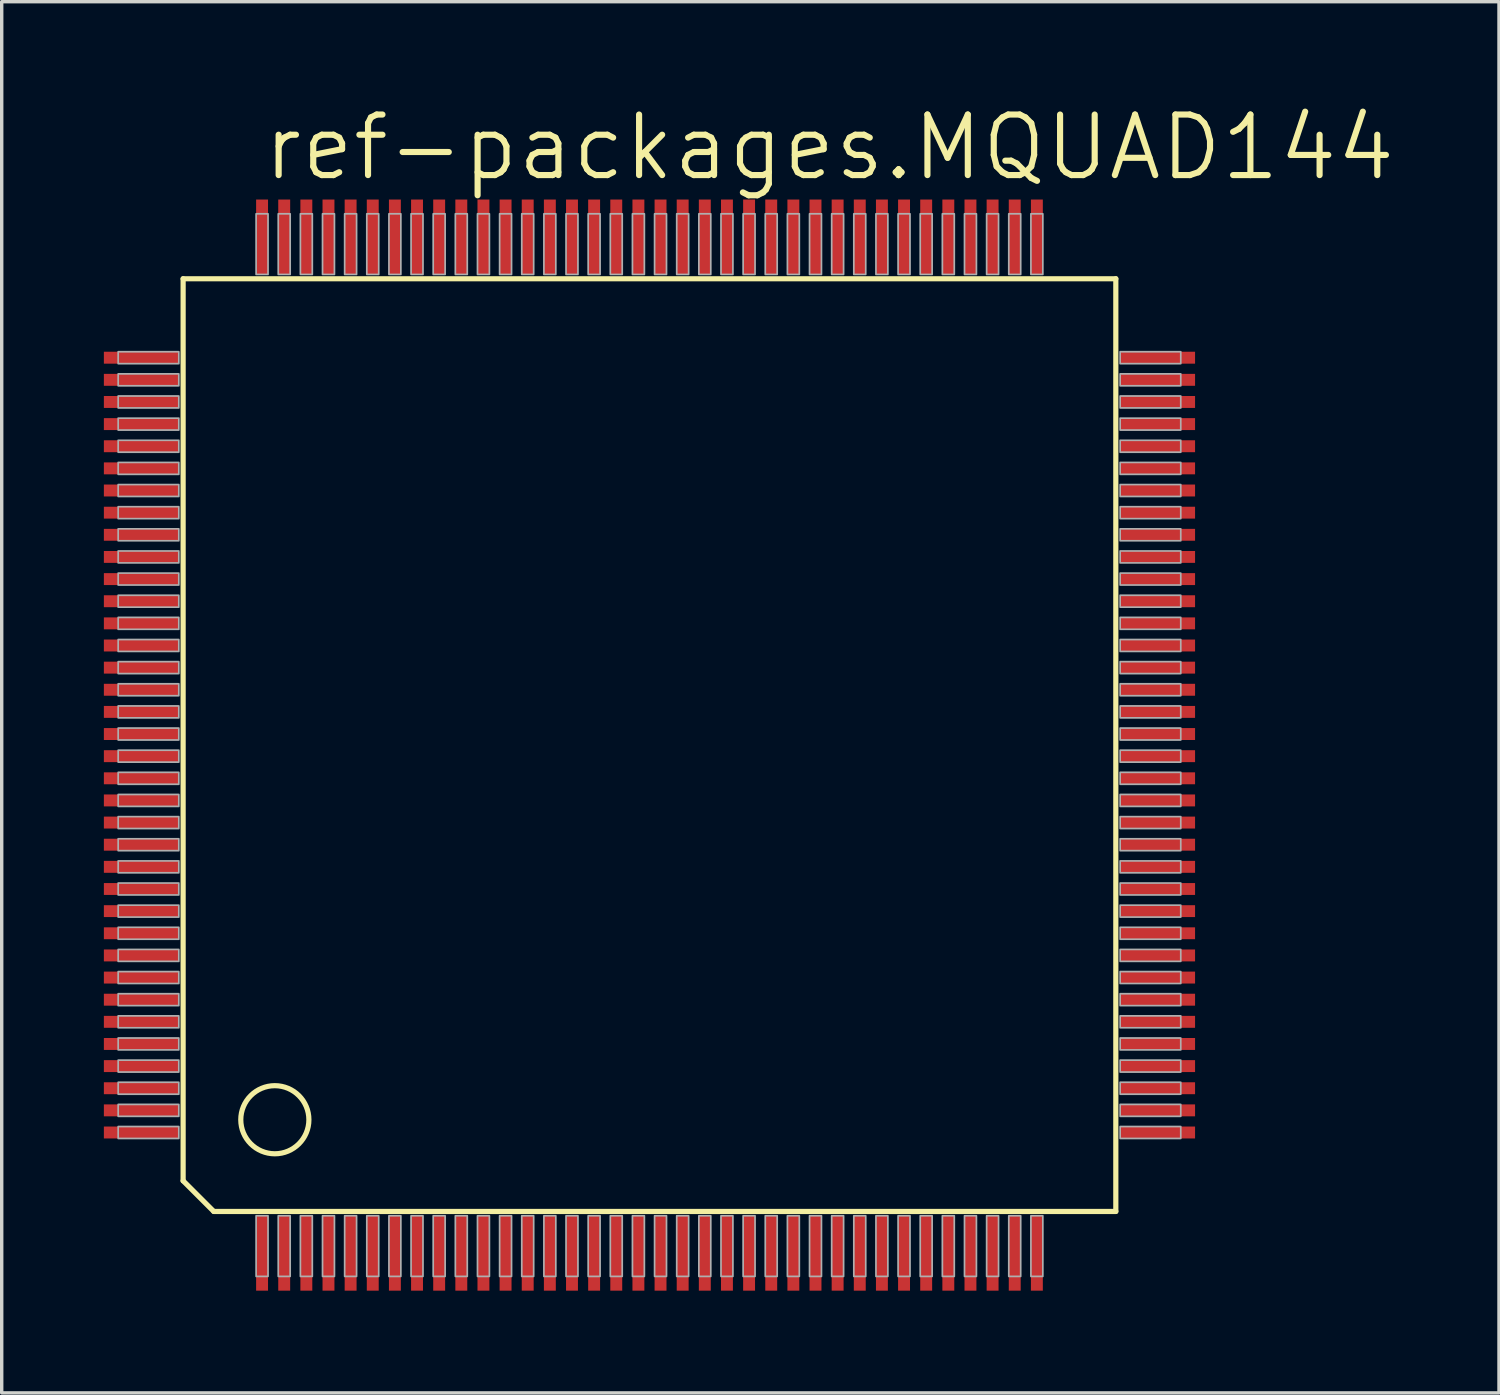
<source format=kicad_pcb>
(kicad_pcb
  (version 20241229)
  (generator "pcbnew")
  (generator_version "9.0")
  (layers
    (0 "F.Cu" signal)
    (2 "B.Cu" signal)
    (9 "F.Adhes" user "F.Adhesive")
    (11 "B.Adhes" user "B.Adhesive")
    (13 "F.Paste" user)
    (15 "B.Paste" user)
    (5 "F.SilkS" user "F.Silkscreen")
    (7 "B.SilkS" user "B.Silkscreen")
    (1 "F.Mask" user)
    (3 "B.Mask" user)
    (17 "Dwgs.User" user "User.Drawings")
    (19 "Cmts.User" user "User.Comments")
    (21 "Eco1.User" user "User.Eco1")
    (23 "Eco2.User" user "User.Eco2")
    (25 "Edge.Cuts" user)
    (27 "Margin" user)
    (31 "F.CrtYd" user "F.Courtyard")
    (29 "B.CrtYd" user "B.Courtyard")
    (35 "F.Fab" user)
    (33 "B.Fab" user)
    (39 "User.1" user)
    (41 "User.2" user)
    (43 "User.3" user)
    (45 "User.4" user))
  (footprint "ref-packages.MQUAD144"
    (layer "F.Cu")
    (at 16.02 18.828)
    (property "Reference" "ref-packages.MQUAD144" (at -11.43 -16.51 0) (layer "F.SilkS") (effects (font (size 1.778 1.778) (thickness 0.18)) (justify left bottom)))
    (attr smd)
    (fp_line (start -13.693 -13.693) (end 13.693 -13.693) (stroke (width 0.152) (type default)) (layer "F.SilkS"))
    (fp_line (start -13.693 12.793) (end -13.693 -13.693) (stroke (width 0.152) (type default)) (layer "F.SilkS"))
    (fp_line (start -12.793 13.693) (end -13.693 12.793) (stroke (width 0.152) (type default)) (layer "F.SilkS"))
    (fp_line (start 13.693 -13.693) (end 13.693 13.693) (stroke (width 0.152) (type default)) (layer "F.SilkS"))
    (fp_line (start 13.693 13.693) (end -12.793 13.693) (stroke (width 0.152) (type default)) (layer "F.SilkS"))
    (fp_circle (center -11 11) (end -10 11) (stroke (width 0.152) (type default)) (fill no) (layer "F.SilkS"))
    (fp_rect (start -15.6 -11.2) (end -13.82 -11.55) (stroke (width 0.05) (type default)) (fill no) (layer "F.Fab"))
    (fp_rect (start -15.6 -10.55) (end -13.82 -10.9) (stroke (width 0.05) (type default)) (fill no) (layer "F.Fab"))
    (fp_rect (start -15.6 -9.9) (end -13.82 -10.25) (stroke (width 0.05) (type default)) (fill no) (layer "F.Fab"))
    (fp_rect (start -15.6 -9.25) (end -13.82 -9.6) (stroke (width 0.05) (type default)) (fill no) (layer "F.Fab"))
    (fp_rect (start -15.6 -8.6) (end -13.82 -8.95) (stroke (width 0.05) (type default)) (fill no) (layer "F.Fab"))
    (fp_rect (start -15.6 -7.95) (end -13.82 -8.3) (stroke (width 0.05) (type default)) (fill no) (layer "F.Fab"))
    (fp_rect (start -15.6 -7.3) (end -13.82 -7.65) (stroke (width 0.05) (type default)) (fill no) (layer "F.Fab"))
    (fp_rect (start -15.6 -6.65) (end -13.82 -7) (stroke (width 0.05) (type default)) (fill no) (layer "F.Fab"))
    (fp_rect (start -15.6 -6) (end -13.82 -6.35) (stroke (width 0.05) (type default)) (fill no) (layer "F.Fab"))
    (fp_rect (start -15.6 -5.35) (end -13.82 -5.7) (stroke (width 0.05) (type default)) (fill no) (layer "F.Fab"))
    (fp_rect (start -15.6 -4.7) (end -13.82 -5.05) (stroke (width 0.05) (type default)) (fill no) (layer "F.Fab"))
    (fp_rect (start -15.6 -4.05) (end -13.82 -4.4) (stroke (width 0.05) (type default)) (fill no) (layer "F.Fab"))
    (fp_rect (start -15.6 -3.4) (end -13.82 -3.75) (stroke (width 0.05) (type default)) (fill no) (layer "F.Fab"))
    (fp_rect (start -15.6 -2.75) (end -13.82 -3.1) (stroke (width 0.05) (type default)) (fill no) (layer "F.Fab"))
    (fp_rect (start -15.6 -2.1) (end -13.82 -2.45) (stroke (width 0.05) (type default)) (fill no) (layer "F.Fab"))
    (fp_rect (start -15.6 -1.45) (end -13.82 -1.8) (stroke (width 0.05) (type default)) (fill no) (layer "F.Fab"))
    (fp_rect (start -15.6 -0.8) (end -13.82 -1.15) (stroke (width 0.05) (type default)) (fill no) (layer "F.Fab"))
    (fp_rect (start -15.6 -0.15) (end -13.82 -0.5) (stroke (width 0.05) (type default)) (fill no) (layer "F.Fab"))
    (fp_rect (start -15.6 0.5) (end -13.82 0.15) (stroke (width 0.05) (type default)) (fill no) (layer "F.Fab"))
    (fp_rect (start -15.6 1.15) (end -13.82 0.8) (stroke (width 0.05) (type default)) (fill no) (layer "F.Fab"))
    (fp_rect (start -15.6 1.8) (end -13.82 1.45) (stroke (width 0.05) (type default)) (fill no) (layer "F.Fab"))
    (fp_rect (start -15.6 2.45) (end -13.82 2.1) (stroke (width 0.05) (type default)) (fill no) (layer "F.Fab"))
    (fp_rect (start -15.6 3.1) (end -13.82 2.75) (stroke (width 0.05) (type default)) (fill no) (layer "F.Fab"))
    (fp_rect (start -15.6 3.75) (end -13.82 3.4) (stroke (width 0.05) (type default)) (fill no) (layer "F.Fab"))
    (fp_rect (start -15.6 4.4) (end -13.82 4.05) (stroke (width 0.05) (type default)) (fill no) (layer "F.Fab"))
    (fp_rect (start -15.6 5.05) (end -13.82 4.7) (stroke (width 0.05) (type default)) (fill no) (layer "F.Fab"))
    (fp_rect (start -15.6 5.7) (end -13.82 5.35) (stroke (width 0.05) (type default)) (fill no) (layer "F.Fab"))
    (fp_rect (start -15.6 6.35) (end -13.82 6) (stroke (width 0.05) (type default)) (fill no) (layer "F.Fab"))
    (fp_rect (start -15.6 7) (end -13.82 6.65) (stroke (width 0.05) (type default)) (fill no) (layer "F.Fab"))
    (fp_rect (start -15.6 7.65) (end -13.82 7.3) (stroke (width 0.05) (type default)) (fill no) (layer "F.Fab"))
    (fp_rect (start -15.6 8.3) (end -13.82 7.95) (stroke (width 0.05) (type default)) (fill no) (layer "F.Fab"))
    (fp_rect (start -15.6 8.95) (end -13.82 8.6) (stroke (width 0.05) (type default)) (fill no) (layer "F.Fab"))
    (fp_rect (start -15.6 9.6) (end -13.82 9.25) (stroke (width 0.05) (type default)) (fill no) (layer "F.Fab"))
    (fp_rect (start -15.6 10.25) (end -13.82 9.9) (stroke (width 0.05) (type default)) (fill no) (layer "F.Fab"))
    (fp_rect (start -15.6 10.9) (end -13.82 10.55) (stroke (width 0.05) (type default)) (fill no) (layer "F.Fab"))
    (fp_rect (start -15.6 11.55) (end -13.82 11.2) (stroke (width 0.05) (type default)) (fill no) (layer "F.Fab"))
    (fp_rect (start -11.55 -13.82) (end -11.2 -15.6) (stroke (width 0.05) (type default)) (fill no) (layer "F.Fab"))
    (fp_rect (start -11.55 15.6) (end -11.2 13.82) (stroke (width 0.05) (type default)) (fill no) (layer "F.Fab"))
    (fp_rect (start -10.9 -13.82) (end -10.55 -15.6) (stroke (width 0.05) (type default)) (fill no) (layer "F.Fab"))
    (fp_rect (start -10.9 15.6) (end -10.55 13.82) (stroke (width 0.05) (type default)) (fill no) (layer "F.Fab"))
    (fp_rect (start -10.25 -13.82) (end -9.9 -15.6) (stroke (width 0.05) (type default)) (fill no) (layer "F.Fab"))
    (fp_rect (start -10.25 15.6) (end -9.9 13.82) (stroke (width 0.05) (type default)) (fill no) (layer "F.Fab"))
    (fp_rect (start -9.6 -13.82) (end -9.25 -15.6) (stroke (width 0.05) (type default)) (fill no) (layer "F.Fab"))
    (fp_rect (start -9.6 15.6) (end -9.25 13.82) (stroke (width 0.05) (type default)) (fill no) (layer "F.Fab"))
    (fp_rect (start -8.95 -13.82) (end -8.6 -15.6) (stroke (width 0.05) (type default)) (fill no) (layer "F.Fab"))
    (fp_rect (start -8.95 15.6) (end -8.6 13.82) (stroke (width 0.05) (type default)) (fill no) (layer "F.Fab"))
    (fp_rect (start -8.3 -13.82) (end -7.95 -15.6) (stroke (width 0.05) (type default)) (fill no) (layer "F.Fab"))
    (fp_rect (start -8.3 15.6) (end -7.95 13.82) (stroke (width 0.05) (type default)) (fill no) (layer "F.Fab"))
    (fp_rect (start -7.65 -13.82) (end -7.3 -15.6) (stroke (width 0.05) (type default)) (fill no) (layer "F.Fab"))
    (fp_rect (start -7.65 15.6) (end -7.3 13.82) (stroke (width 0.05) (type default)) (fill no) (layer "F.Fab"))
    (fp_rect (start -7 -13.82) (end -6.65 -15.6) (stroke (width 0.05) (type default)) (fill no) (layer "F.Fab"))
    (fp_rect (start -7 15.6) (end -6.65 13.82) (stroke (width 0.05) (type default)) (fill no) (layer "F.Fab"))
    (fp_rect (start -6.35 -13.82) (end -6 -15.6) (stroke (width 0.05) (type default)) (fill no) (layer "F.Fab"))
    (fp_rect (start -6.35 15.6) (end -6 13.82) (stroke (width 0.05) (type default)) (fill no) (layer "F.Fab"))
    (fp_rect (start -5.7 -13.82) (end -5.35 -15.6) (stroke (width 0.05) (type default)) (fill no) (layer "F.Fab"))
    (fp_rect (start -5.7 15.6) (end -5.35 13.82) (stroke (width 0.05) (type default)) (fill no) (layer "F.Fab"))
    (fp_rect (start -5.05 -13.82) (end -4.7 -15.6) (stroke (width 0.05) (type default)) (fill no) (layer "F.Fab"))
    (fp_rect (start -5.05 15.6) (end -4.7 13.82) (stroke (width 0.05) (type default)) (fill no) (layer "F.Fab"))
    (fp_rect (start -4.4 -13.82) (end -4.05 -15.6) (stroke (width 0.05) (type default)) (fill no) (layer "F.Fab"))
    (fp_rect (start -4.4 15.6) (end -4.05 13.82) (stroke (width 0.05) (type default)) (fill no) (layer "F.Fab"))
    (fp_rect (start -3.75 -13.82) (end -3.4 -15.6) (stroke (width 0.05) (type default)) (fill no) (layer "F.Fab"))
    (fp_rect (start -3.75 15.6) (end -3.4 13.82) (stroke (width 0.05) (type default)) (fill no) (layer "F.Fab"))
    (fp_rect (start -3.1 -13.82) (end -2.75 -15.6) (stroke (width 0.05) (type default)) (fill no) (layer "F.Fab"))
    (fp_rect (start -3.1 15.6) (end -2.75 13.82) (stroke (width 0.05) (type default)) (fill no) (layer "F.Fab"))
    (fp_rect (start -2.45 -13.82) (end -2.1 -15.6) (stroke (width 0.05) (type default)) (fill no) (layer "F.Fab"))
    (fp_rect (start -2.45 15.6) (end -2.1 13.82) (stroke (width 0.05) (type default)) (fill no) (layer "F.Fab"))
    (fp_rect (start -1.8 -13.82) (end -1.45 -15.6) (stroke (width 0.05) (type default)) (fill no) (layer "F.Fab"))
    (fp_rect (start -1.8 15.6) (end -1.45 13.82) (stroke (width 0.05) (type default)) (fill no) (layer "F.Fab"))
    (fp_rect (start -1.15 -13.82) (end -0.8 -15.6) (stroke (width 0.05) (type default)) (fill no) (layer "F.Fab"))
    (fp_rect (start -1.15 15.6) (end -0.8 13.82) (stroke (width 0.05) (type default)) (fill no) (layer "F.Fab"))
    (fp_rect (start -0.5 -13.82) (end -0.15 -15.6) (stroke (width 0.05) (type default)) (fill no) (layer "F.Fab"))
    (fp_rect (start -0.5 15.6) (end -0.15 13.82) (stroke (width 0.05) (type default)) (fill no) (layer "F.Fab"))
    (fp_rect (start 0.15 -13.82) (end 0.5 -15.6) (stroke (width 0.05) (type default)) (fill no) (layer "F.Fab"))
    (fp_rect (start 0.15 15.6) (end 0.5 13.82) (stroke (width 0.05) (type default)) (fill no) (layer "F.Fab"))
    (fp_rect (start 0.8 -13.82) (end 1.15 -15.6) (stroke (width 0.05) (type default)) (fill no) (layer "F.Fab"))
    (fp_rect (start 0.8 15.6) (end 1.15 13.82) (stroke (width 0.05) (type default)) (fill no) (layer "F.Fab"))
    (fp_rect (start 1.45 -13.82) (end 1.8 -15.6) (stroke (width 0.05) (type default)) (fill no) (layer "F.Fab"))
    (fp_rect (start 1.45 15.6) (end 1.8 13.82) (stroke (width 0.05) (type default)) (fill no) (layer "F.Fab"))
    (fp_rect (start 2.1 -13.82) (end 2.45 -15.6) (stroke (width 0.05) (type default)) (fill no) (layer "F.Fab"))
    (fp_rect (start 2.1 15.6) (end 2.45 13.82) (stroke (width 0.05) (type default)) (fill no) (layer "F.Fab"))
    (fp_rect (start 2.75 -13.82) (end 3.1 -15.6) (stroke (width 0.05) (type default)) (fill no) (layer "F.Fab"))
    (fp_rect (start 2.75 15.6) (end 3.1 13.82) (stroke (width 0.05) (type default)) (fill no) (layer "F.Fab"))
    (fp_rect (start 3.4 -13.82) (end 3.75 -15.6) (stroke (width 0.05) (type default)) (fill no) (layer "F.Fab"))
    (fp_rect (start 3.4 15.6) (end 3.75 13.82) (stroke (width 0.05) (type default)) (fill no) (layer "F.Fab"))
    (fp_rect (start 4.05 -13.82) (end 4.4 -15.6) (stroke (width 0.05) (type default)) (fill no) (layer "F.Fab"))
    (fp_rect (start 4.05 15.6) (end 4.4 13.82) (stroke (width 0.05) (type default)) (fill no) (layer "F.Fab"))
    (fp_rect (start 4.7 -13.82) (end 5.05 -15.6) (stroke (width 0.05) (type default)) (fill no) (layer "F.Fab"))
    (fp_rect (start 4.7 15.6) (end 5.05 13.82) (stroke (width 0.05) (type default)) (fill no) (layer "F.Fab"))
    (fp_rect (start 5.35 -13.82) (end 5.7 -15.6) (stroke (width 0.05) (type default)) (fill no) (layer "F.Fab"))
    (fp_rect (start 5.35 15.6) (end 5.7 13.82) (stroke (width 0.05) (type default)) (fill no) (layer "F.Fab"))
    (fp_rect (start 6 -13.82) (end 6.35 -15.6) (stroke (width 0.05) (type default)) (fill no) (layer "F.Fab"))
    (fp_rect (start 6 15.6) (end 6.35 13.82) (stroke (width 0.05) (type default)) (fill no) (layer "F.Fab"))
    (fp_rect (start 6.65 -13.82) (end 7 -15.6) (stroke (width 0.05) (type default)) (fill no) (layer "F.Fab"))
    (fp_rect (start 6.65 15.6) (end 7 13.82) (stroke (width 0.05) (type default)) (fill no) (layer "F.Fab"))
    (fp_rect (start 7.3 -13.82) (end 7.65 -15.6) (stroke (width 0.05) (type default)) (fill no) (layer "F.Fab"))
    (fp_rect (start 7.3 15.6) (end 7.65 13.82) (stroke (width 0.05) (type default)) (fill no) (layer "F.Fab"))
    (fp_rect (start 7.95 -13.82) (end 8.3 -15.6) (stroke (width 0.05) (type default)) (fill no) (layer "F.Fab"))
    (fp_rect (start 7.95 15.6) (end 8.3 13.82) (stroke (width 0.05) (type default)) (fill no) (layer "F.Fab"))
    (fp_rect (start 8.6 -13.82) (end 8.95 -15.6) (stroke (width 0.05) (type default)) (fill no) (layer "F.Fab"))
    (fp_rect (start 8.6 15.6) (end 8.95 13.82) (stroke (width 0.05) (type default)) (fill no) (layer "F.Fab"))
    (fp_rect (start 9.25 -13.82) (end 9.6 -15.6) (stroke (width 0.05) (type default)) (fill no) (layer "F.Fab"))
    (fp_rect (start 9.25 15.6) (end 9.6 13.82) (stroke (width 0.05) (type default)) (fill no) (layer "F.Fab"))
    (fp_rect (start 9.9 -13.82) (end 10.25 -15.6) (stroke (width 0.05) (type default)) (fill no) (layer "F.Fab"))
    (fp_rect (start 9.9 15.6) (end 10.25 13.82) (stroke (width 0.05) (type default)) (fill no) (layer "F.Fab"))
    (fp_rect (start 10.55 -13.82) (end 10.9 -15.6) (stroke (width 0.05) (type default)) (fill no) (layer "F.Fab"))
    (fp_rect (start 10.55 15.6) (end 10.9 13.82) (stroke (width 0.05) (type default)) (fill no) (layer "F.Fab"))
    (fp_rect (start 11.2 -13.82) (end 11.55 -15.6) (stroke (width 0.05) (type default)) (fill no) (layer "F.Fab"))
    (fp_rect (start 11.2 15.6) (end 11.55 13.82) (stroke (width 0.05) (type default)) (fill no) (layer "F.Fab"))
    (fp_rect (start 13.82 -11.2) (end 15.6 -11.55) (stroke (width 0.05) (type default)) (fill no) (layer "F.Fab"))
    (fp_rect (start 13.82 -10.55) (end 15.6 -10.9) (stroke (width 0.05) (type default)) (fill no) (layer "F.Fab"))
    (fp_rect (start 13.82 -9.9) (end 15.6 -10.25) (stroke (width 0.05) (type default)) (fill no) (layer "F.Fab"))
    (fp_rect (start 13.82 -9.25) (end 15.6 -9.6) (stroke (width 0.05) (type default)) (fill no) (layer "F.Fab"))
    (fp_rect (start 13.82 -8.6) (end 15.6 -8.95) (stroke (width 0.05) (type default)) (fill no) (layer "F.Fab"))
    (fp_rect (start 13.82 -7.95) (end 15.6 -8.3) (stroke (width 0.05) (type default)) (fill no) (layer "F.Fab"))
    (fp_rect (start 13.82 -7.3) (end 15.6 -7.65) (stroke (width 0.05) (type default)) (fill no) (layer "F.Fab"))
    (fp_rect (start 13.82 -6.65) (end 15.6 -7) (stroke (width 0.05) (type default)) (fill no) (layer "F.Fab"))
    (fp_rect (start 13.82 -6) (end 15.6 -6.35) (stroke (width 0.05) (type default)) (fill no) (layer "F.Fab"))
    (fp_rect (start 13.82 -5.35) (end 15.6 -5.7) (stroke (width 0.05) (type default)) (fill no) (layer "F.Fab"))
    (fp_rect (start 13.82 -4.7) (end 15.6 -5.05) (stroke (width 0.05) (type default)) (fill no) (layer "F.Fab"))
    (fp_rect (start 13.82 -4.05) (end 15.6 -4.4) (stroke (width 0.05) (type default)) (fill no) (layer "F.Fab"))
    (fp_rect (start 13.82 -3.4) (end 15.6 -3.75) (stroke (width 0.05) (type default)) (fill no) (layer "F.Fab"))
    (fp_rect (start 13.82 -2.75) (end 15.6 -3.1) (stroke (width 0.05) (type default)) (fill no) (layer "F.Fab"))
    (fp_rect (start 13.82 -2.1) (end 15.6 -2.45) (stroke (width 0.05) (type default)) (fill no) (layer "F.Fab"))
    (fp_rect (start 13.82 -1.45) (end 15.6 -1.8) (stroke (width 0.05) (type default)) (fill no) (layer "F.Fab"))
    (fp_rect (start 13.82 -0.8) (end 15.6 -1.15) (stroke (width 0.05) (type default)) (fill no) (layer "F.Fab"))
    (fp_rect (start 13.82 -0.15) (end 15.6 -0.5) (stroke (width 0.05) (type default)) (fill no) (layer "F.Fab"))
    (fp_rect (start 13.82 0.5) (end 15.6 0.15) (stroke (width 0.05) (type default)) (fill no) (layer "F.Fab"))
    (fp_rect (start 13.82 1.15) (end 15.6 0.8) (stroke (width 0.05) (type default)) (fill no) (layer "F.Fab"))
    (fp_rect (start 13.82 1.8) (end 15.6 1.45) (stroke (width 0.05) (type default)) (fill no) (layer "F.Fab"))
    (fp_rect (start 13.82 2.45) (end 15.6 2.1) (stroke (width 0.05) (type default)) (fill no) (layer "F.Fab"))
    (fp_rect (start 13.82 3.1) (end 15.6 2.75) (stroke (width 0.05) (type default)) (fill no) (layer "F.Fab"))
    (fp_rect (start 13.82 3.75) (end 15.6 3.4) (stroke (width 0.05) (type default)) (fill no) (layer "F.Fab"))
    (fp_rect (start 13.82 4.4) (end 15.6 4.05) (stroke (width 0.05) (type default)) (fill no) (layer "F.Fab"))
    (fp_rect (start 13.82 5.05) (end 15.6 4.7) (stroke (width 0.05) (type default)) (fill no) (layer "F.Fab"))
    (fp_rect (start 13.82 5.7) (end 15.6 5.35) (stroke (width 0.05) (type default)) (fill no) (layer "F.Fab"))
    (fp_rect (start 13.82 6.35) (end 15.6 6) (stroke (width 0.05) (type default)) (fill no) (layer "F.Fab"))
    (fp_rect (start 13.82 7) (end 15.6 6.65) (stroke (width 0.05) (type default)) (fill no) (layer "F.Fab"))
    (fp_rect (start 13.82 7.65) (end 15.6 7.3) (stroke (width 0.05) (type default)) (fill no) (layer "F.Fab"))
    (fp_rect (start 13.82 8.3) (end 15.6 7.95) (stroke (width 0.05) (type default)) (fill no) (layer "F.Fab"))
    (fp_rect (start 13.82 8.95) (end 15.6 8.6) (stroke (width 0.05) (type default)) (fill no) (layer "F.Fab"))
    (fp_rect (start 13.82 9.6) (end 15.6 9.25) (stroke (width 0.05) (type default)) (fill no) (layer "F.Fab"))
    (fp_rect (start 13.82 10.25) (end 15.6 9.9) (stroke (width 0.05) (type default)) (fill no) (layer "F.Fab"))
    (fp_rect (start 13.82 10.9) (end 15.6 10.55) (stroke (width 0.05) (type default)) (fill no) (layer "F.Fab"))
    (fp_rect (start 13.82 11.55) (end 15.6 11.2) (stroke (width 0.05) (type default)) (fill no) (layer "F.Fab"))
    (pad "1" smd roundrect (at -11.375 14.92) (size 0.35 2.2) (layers "F.Cu" "F.Mask" "F.Paste") (roundrect_rratio 0.01))
    (pad "2" smd roundrect (at -10.725 14.92) (size 0.35 2.2) (layers "F.Cu" "F.Mask" "F.Paste") (roundrect_rratio 0.01))
    (pad "3" smd roundrect (at -10.075 14.92) (size 0.35 2.2) (layers "F.Cu" "F.Mask" "F.Paste") (roundrect_rratio 0.01))
    (pad "4" smd roundrect (at -9.425 14.92) (size 0.35 2.2) (layers "F.Cu" "F.Mask" "F.Paste") (roundrect_rratio 0.01))
    (pad "5" smd roundrect (at -8.775 14.92) (size 0.35 2.2) (layers "F.Cu" "F.Mask" "F.Paste") (roundrect_rratio 0.01))
    (pad "6" smd roundrect (at -8.125 14.92) (size 0.35 2.2) (layers "F.Cu" "F.Mask" "F.Paste") (roundrect_rratio 0.01))
    (pad "7" smd roundrect (at -7.475 14.92) (size 0.35 2.2) (layers "F.Cu" "F.Mask" "F.Paste") (roundrect_rratio 0.01))
    (pad "8" smd roundrect (at -6.825 14.92) (size 0.35 2.2) (layers "F.Cu" "F.Mask" "F.Paste") (roundrect_rratio 0.01))
    (pad "9" smd roundrect (at -6.175 14.92) (size 0.35 2.2) (layers "F.Cu" "F.Mask" "F.Paste") (roundrect_rratio 0.01))
    (pad "10" smd roundrect (at -5.525 14.92) (size 0.35 2.2) (layers "F.Cu" "F.Mask" "F.Paste") (roundrect_rratio 0.01))
    (pad "11" smd roundrect (at -4.875 14.92) (size 0.35 2.2) (layers "F.Cu" "F.Mask" "F.Paste") (roundrect_rratio 0.01))
    (pad "12" smd roundrect (at -4.225 14.92) (size 0.35 2.2) (layers "F.Cu" "F.Mask" "F.Paste") (roundrect_rratio 0.01))
    (pad "13" smd roundrect (at -3.575 14.92) (size 0.35 2.2) (layers "F.Cu" "F.Mask" "F.Paste") (roundrect_rratio 0.01))
    (pad "14" smd roundrect (at -2.925 14.92) (size 0.35 2.2) (layers "F.Cu" "F.Mask" "F.Paste") (roundrect_rratio 0.01))
    (pad "15" smd roundrect (at -2.275 14.92) (size 0.35 2.2) (layers "F.Cu" "F.Mask" "F.Paste") (roundrect_rratio 0.01))
    (pad "16" smd roundrect (at -1.625 14.92) (size 0.35 2.2) (layers "F.Cu" "F.Mask" "F.Paste") (roundrect_rratio 0.01))
    (pad "17" smd roundrect (at -0.975 14.92) (size 0.35 2.2) (layers "F.Cu" "F.Mask" "F.Paste") (roundrect_rratio 0.01))
    (pad "18" smd roundrect (at -0.325 14.92) (size 0.35 2.2) (layers "F.Cu" "F.Mask" "F.Paste") (roundrect_rratio 0.01))
    (pad "19" smd roundrect (at 0.325 14.92) (size 0.35 2.2) (layers "F.Cu" "F.Mask" "F.Paste") (roundrect_rratio 0.01))
    (pad "20" smd roundrect (at 0.975 14.92) (size 0.35 2.2) (layers "F.Cu" "F.Mask" "F.Paste") (roundrect_rratio 0.01))
    (pad "21" smd roundrect (at 1.625 14.92) (size 0.35 2.2) (layers "F.Cu" "F.Mask" "F.Paste") (roundrect_rratio 0.01))
    (pad "22" smd roundrect (at 2.275 14.92) (size 0.35 2.2) (layers "F.Cu" "F.Mask" "F.Paste") (roundrect_rratio 0.01))
    (pad "23" smd roundrect (at 2.925 14.92) (size 0.35 2.2) (layers "F.Cu" "F.Mask" "F.Paste") (roundrect_rratio 0.01))
    (pad "24" smd roundrect (at 3.575 14.92) (size 0.35 2.2) (layers "F.Cu" "F.Mask" "F.Paste") (roundrect_rratio 0.01))
    (pad "25" smd roundrect (at 4.225 14.92) (size 0.35 2.2) (layers "F.Cu" "F.Mask" "F.Paste") (roundrect_rratio 0.01))
    (pad "26" smd roundrect (at 4.875 14.92) (size 0.35 2.2) (layers "F.Cu" "F.Mask" "F.Paste") (roundrect_rratio 0.01))
    (pad "27" smd roundrect (at 5.525 14.92) (size 0.35 2.2) (layers "F.Cu" "F.Mask" "F.Paste") (roundrect_rratio 0.01))
    (pad "28" smd roundrect (at 6.175 14.92) (size 0.35 2.2) (layers "F.Cu" "F.Mask" "F.Paste") (roundrect_rratio 0.01))
    (pad "29" smd roundrect (at 6.825 14.92) (size 0.35 2.2) (layers "F.Cu" "F.Mask" "F.Paste") (roundrect_rratio 0.01))
    (pad "30" smd roundrect (at 7.475 14.92) (size 0.35 2.2) (layers "F.Cu" "F.Mask" "F.Paste") (roundrect_rratio 0.01))
    (pad "31" smd roundrect (at 8.125 14.92) (size 0.35 2.2) (layers "F.Cu" "F.Mask" "F.Paste") (roundrect_rratio 0.01))
    (pad "32" smd roundrect (at 8.775 14.92) (size 0.35 2.2) (layers "F.Cu" "F.Mask" "F.Paste") (roundrect_rratio 0.01))
    (pad "33" smd roundrect (at 9.425 14.92) (size 0.35 2.2) (layers "F.Cu" "F.Mask" "F.Paste") (roundrect_rratio 0.01))
    (pad "34" smd roundrect (at 10.075 14.92) (size 0.35 2.2) (layers "F.Cu" "F.Mask" "F.Paste") (roundrect_rratio 0.01))
    (pad "35" smd roundrect (at 10.725 14.92) (size 0.35 2.2) (layers "F.Cu" "F.Mask" "F.Paste") (roundrect_rratio 0.01))
    (pad "36" smd roundrect (at 11.375 14.92) (size 0.35 2.2) (layers "F.Cu" "F.Mask" "F.Paste") (roundrect_rratio 0.01))
    (pad "37" smd roundrect (at 14.92 11.375) (size 2.2 0.35) (layers "F.Cu" "F.Mask" "F.Paste") (roundrect_rratio 0.01))
    (pad "38" smd roundrect (at 14.92 10.725) (size 2.2 0.35) (layers "F.Cu" "F.Mask" "F.Paste") (roundrect_rratio 0.01))
    (pad "39" smd roundrect (at 14.92 10.075) (size 2.2 0.35) (layers "F.Cu" "F.Mask" "F.Paste") (roundrect_rratio 0.01))
    (pad "40" smd roundrect (at 14.92 9.425) (size 2.2 0.35) (layers "F.Cu" "F.Mask" "F.Paste") (roundrect_rratio 0.01))
    (pad "41" smd roundrect (at 14.92 8.775) (size 2.2 0.35) (layers "F.Cu" "F.Mask" "F.Paste") (roundrect_rratio 0.01))
    (pad "42" smd roundrect (at 14.92 8.125) (size 2.2 0.35) (layers "F.Cu" "F.Mask" "F.Paste") (roundrect_rratio 0.01))
    (pad "43" smd roundrect (at 14.92 7.475) (size 2.2 0.35) (layers "F.Cu" "F.Mask" "F.Paste") (roundrect_rratio 0.01))
    (pad "44" smd roundrect (at 14.92 6.825) (size 2.2 0.35) (layers "F.Cu" "F.Mask" "F.Paste") (roundrect_rratio 0.01))
    (pad "45" smd roundrect (at 14.92 6.175) (size 2.2 0.35) (layers "F.Cu" "F.Mask" "F.Paste") (roundrect_rratio 0.01))
    (pad "46" smd roundrect (at 14.92 5.525) (size 2.2 0.35) (layers "F.Cu" "F.Mask" "F.Paste") (roundrect_rratio 0.01))
    (pad "47" smd roundrect (at 14.92 4.875) (size 2.2 0.35) (layers "F.Cu" "F.Mask" "F.Paste") (roundrect_rratio 0.01))
    (pad "48" smd roundrect (at 14.92 4.225) (size 2.2 0.35) (layers "F.Cu" "F.Mask" "F.Paste") (roundrect_rratio 0.01))
    (pad "49" smd roundrect (at 14.92 3.575) (size 2.2 0.35) (layers "F.Cu" "F.Mask" "F.Paste") (roundrect_rratio 0.01))
    (pad "50" smd roundrect (at 14.92 2.925) (size 2.2 0.35) (layers "F.Cu" "F.Mask" "F.Paste") (roundrect_rratio 0.01))
    (pad "51" smd roundrect (at 14.92 2.275) (size 2.2 0.35) (layers "F.Cu" "F.Mask" "F.Paste") (roundrect_rratio 0.01))
    (pad "52" smd roundrect (at 14.92 1.625) (size 2.2 0.35) (layers "F.Cu" "F.Mask" "F.Paste") (roundrect_rratio 0.01))
    (pad "53" smd roundrect (at 14.92 0.975) (size 2.2 0.35) (layers "F.Cu" "F.Mask" "F.Paste") (roundrect_rratio 0.01))
    (pad "54" smd roundrect (at 14.92 0.325) (size 2.2 0.35) (layers "F.Cu" "F.Mask" "F.Paste") (roundrect_rratio 0.01))
    (pad "55" smd roundrect (at 14.92 -0.325) (size 2.2 0.35) (layers "F.Cu" "F.Mask" "F.Paste") (roundrect_rratio 0.01))
    (pad "56" smd roundrect (at 14.92 -0.975) (size 2.2 0.35) (layers "F.Cu" "F.Mask" "F.Paste") (roundrect_rratio 0.01))
    (pad "57" smd roundrect (at 14.92 -1.625) (size 2.2 0.35) (layers "F.Cu" "F.Mask" "F.Paste") (roundrect_rratio 0.01))
    (pad "58" smd roundrect (at 14.92 -2.275) (size 2.2 0.35) (layers "F.Cu" "F.Mask" "F.Paste") (roundrect_rratio 0.01))
    (pad "59" smd roundrect (at 14.92 -2.925) (size 2.2 0.35) (layers "F.Cu" "F.Mask" "F.Paste") (roundrect_rratio 0.01))
    (pad "60" smd roundrect (at 14.92 -3.575) (size 2.2 0.35) (layers "F.Cu" "F.Mask" "F.Paste") (roundrect_rratio 0.01))
    (pad "61" smd roundrect (at 14.92 -4.225) (size 2.2 0.35) (layers "F.Cu" "F.Mask" "F.Paste") (roundrect_rratio 0.01))
    (pad "62" smd roundrect (at 14.92 -4.875) (size 2.2 0.35) (layers "F.Cu" "F.Mask" "F.Paste") (roundrect_rratio 0.01))
    (pad "63" smd roundrect (at 14.92 -5.525) (size 2.2 0.35) (layers "F.Cu" "F.Mask" "F.Paste") (roundrect_rratio 0.01))
    (pad "64" smd roundrect (at 14.92 -6.175) (size 2.2 0.35) (layers "F.Cu" "F.Mask" "F.Paste") (roundrect_rratio 0.01))
    (pad "65" smd roundrect (at 14.92 -6.825) (size 2.2 0.35) (layers "F.Cu" "F.Mask" "F.Paste") (roundrect_rratio 0.01))
    (pad "66" smd roundrect (at 14.92 -7.475) (size 2.2 0.35) (layers "F.Cu" "F.Mask" "F.Paste") (roundrect_rratio 0.01))
    (pad "67" smd roundrect (at 14.92 -8.125) (size 2.2 0.35) (layers "F.Cu" "F.Mask" "F.Paste") (roundrect_rratio 0.01))
    (pad "68" smd roundrect (at 14.92 -8.775) (size 2.2 0.35) (layers "F.Cu" "F.Mask" "F.Paste") (roundrect_rratio 0.01))
    (pad "69" smd roundrect (at 14.92 -9.425) (size 2.2 0.35) (layers "F.Cu" "F.Mask" "F.Paste") (roundrect_rratio 0.01))
    (pad "70" smd roundrect (at 14.92 -10.075) (size 2.2 0.35) (layers "F.Cu" "F.Mask" "F.Paste") (roundrect_rratio 0.01))
    (pad "71" smd roundrect (at 14.92 -10.725) (size 2.2 0.35) (layers "F.Cu" "F.Mask" "F.Paste") (roundrect_rratio 0.01))
    (pad "72" smd roundrect (at 14.92 -11.375) (size 2.2 0.35) (layers "F.Cu" "F.Mask" "F.Paste") (roundrect_rratio 0.01))
    (pad "73" smd roundrect (at 11.375 -14.92) (size 0.35 2.2) (layers "F.Cu" "F.Mask" "F.Paste") (roundrect_rratio 0.01))
    (pad "74" smd roundrect (at 10.725 -14.92) (size 0.35 2.2) (layers "F.Cu" "F.Mask" "F.Paste") (roundrect_rratio 0.01))
    (pad "75" smd roundrect (at 10.075 -14.92) (size 0.35 2.2) (layers "F.Cu" "F.Mask" "F.Paste") (roundrect_rratio 0.01))
    (pad "76" smd roundrect (at 9.425 -14.92) (size 0.35 2.2) (layers "F.Cu" "F.Mask" "F.Paste") (roundrect_rratio 0.01))
    (pad "77" smd roundrect (at 8.775 -14.92) (size 0.35 2.2) (layers "F.Cu" "F.Mask" "F.Paste") (roundrect_rratio 0.01))
    (pad "78" smd roundrect (at 8.125 -14.92) (size 0.35 2.2) (layers "F.Cu" "F.Mask" "F.Paste") (roundrect_rratio 0.01))
    (pad "79" smd roundrect (at 7.475 -14.92) (size 0.35 2.2) (layers "F.Cu" "F.Mask" "F.Paste") (roundrect_rratio 0.01))
    (pad "80" smd roundrect (at 6.825 -14.92) (size 0.35 2.2) (layers "F.Cu" "F.Mask" "F.Paste") (roundrect_rratio 0.01))
    (pad "81" smd roundrect (at 6.175 -14.92) (size 0.35 2.2) (layers "F.Cu" "F.Mask" "F.Paste") (roundrect_rratio 0.01))
    (pad "82" smd roundrect (at 5.525 -14.92) (size 0.35 2.2) (layers "F.Cu" "F.Mask" "F.Paste") (roundrect_rratio 0.01))
    (pad "83" smd roundrect (at 4.875 -14.92) (size 0.35 2.2) (layers "F.Cu" "F.Mask" "F.Paste") (roundrect_rratio 0.01))
    (pad "84" smd roundrect (at 4.225 -14.92) (size 0.35 2.2) (layers "F.Cu" "F.Mask" "F.Paste") (roundrect_rratio 0.01))
    (pad "85" smd roundrect (at 3.575 -14.92) (size 0.35 2.2) (layers "F.Cu" "F.Mask" "F.Paste") (roundrect_rratio 0.01))
    (pad "86" smd roundrect (at 2.925 -14.92) (size 0.35 2.2) (layers "F.Cu" "F.Mask" "F.Paste") (roundrect_rratio 0.01))
    (pad "87" smd roundrect (at 2.275 -14.92) (size 0.35 2.2) (layers "F.Cu" "F.Mask" "F.Paste") (roundrect_rratio 0.01))
    (pad "88" smd roundrect (at 1.625 -14.92) (size 0.35 2.2) (layers "F.Cu" "F.Mask" "F.Paste") (roundrect_rratio 0.01))
    (pad "89" smd roundrect (at 0.975 -14.92) (size 0.35 2.2) (layers "F.Cu" "F.Mask" "F.Paste") (roundrect_rratio 0.01))
    (pad "90" smd roundrect (at 0.325 -14.92) (size 0.35 2.2) (layers "F.Cu" "F.Mask" "F.Paste") (roundrect_rratio 0.01))
    (pad "91" smd roundrect (at -0.325 -14.92) (size 0.35 2.2) (layers "F.Cu" "F.Mask" "F.Paste") (roundrect_rratio 0.01))
    (pad "92" smd roundrect (at -0.975 -14.92) (size 0.35 2.2) (layers "F.Cu" "F.Mask" "F.Paste") (roundrect_rratio 0.01))
    (pad "93" smd roundrect (at -1.625 -14.92) (size 0.35 2.2) (layers "F.Cu" "F.Mask" "F.Paste") (roundrect_rratio 0.01))
    (pad "94" smd roundrect (at -2.275 -14.92) (size 0.35 2.2) (layers "F.Cu" "F.Mask" "F.Paste") (roundrect_rratio 0.01))
    (pad "95" smd roundrect (at -2.925 -14.92) (size 0.35 2.2) (layers "F.Cu" "F.Mask" "F.Paste") (roundrect_rratio 0.01))
    (pad "96" smd roundrect (at -3.575 -14.92) (size 0.35 2.2) (layers "F.Cu" "F.Mask" "F.Paste") (roundrect_rratio 0.01))
    (pad "97" smd roundrect (at -4.225 -14.92) (size 0.35 2.2) (layers "F.Cu" "F.Mask" "F.Paste") (roundrect_rratio 0.01))
    (pad "98" smd roundrect (at -4.875 -14.92) (size 0.35 2.2) (layers "F.Cu" "F.Mask" "F.Paste") (roundrect_rratio 0.01))
    (pad "99" smd roundrect (at -5.525 -14.92) (size 0.35 2.2) (layers "F.Cu" "F.Mask" "F.Paste") (roundrect_rratio 0.01))
    (pad "100" smd roundrect (at -6.175 -14.92) (size 0.35 2.2) (layers "F.Cu" "F.Mask" "F.Paste") (roundrect_rratio 0.01))
    (pad "101" smd roundrect (at -6.825 -14.92) (size 0.35 2.2) (layers "F.Cu" "F.Mask" "F.Paste") (roundrect_rratio 0.01))
    (pad "102" smd roundrect (at -7.475 -14.92) (size 0.35 2.2) (layers "F.Cu" "F.Mask" "F.Paste") (roundrect_rratio 0.01))
    (pad "103" smd roundrect (at -8.125 -14.92) (size 0.35 2.2) (layers "F.Cu" "F.Mask" "F.Paste") (roundrect_rratio 0.01))
    (pad "104" smd roundrect (at -8.775 -14.92) (size 0.35 2.2) (layers "F.Cu" "F.Mask" "F.Paste") (roundrect_rratio 0.01))
    (pad "105" smd roundrect (at -9.425 -14.92) (size 0.35 2.2) (layers "F.Cu" "F.Mask" "F.Paste") (roundrect_rratio 0.01))
    (pad "106" smd roundrect (at -10.075 -14.92) (size 0.35 2.2) (layers "F.Cu" "F.Mask" "F.Paste") (roundrect_rratio 0.01))
    (pad "107" smd roundrect (at -10.725 -14.92) (size 0.35 2.2) (layers "F.Cu" "F.Mask" "F.Paste") (roundrect_rratio 0.01))
    (pad "108" smd roundrect (at -11.375 -14.92) (size 0.35 2.2) (layers "F.Cu" "F.Mask" "F.Paste") (roundrect_rratio 0.01))
    (pad "109" smd roundrect (at -14.92 -11.375) (size 2.2 0.35) (layers "F.Cu" "F.Mask" "F.Paste") (roundrect_rratio 0.01))
    (pad "110" smd roundrect (at -14.92 -10.725) (size 2.2 0.35) (layers "F.Cu" "F.Mask" "F.Paste") (roundrect_rratio 0.01))
    (pad "111" smd roundrect (at -14.92 -10.075) (size 2.2 0.35) (layers "F.Cu" "F.Mask" "F.Paste") (roundrect_rratio 0.01))
    (pad "112" smd roundrect (at -14.92 -9.425) (size 2.2 0.35) (layers "F.Cu" "F.Mask" "F.Paste") (roundrect_rratio 0.01))
    (pad "113" smd roundrect (at -14.92 -8.775) (size 2.2 0.35) (layers "F.Cu" "F.Mask" "F.Paste") (roundrect_rratio 0.01))
    (pad "114" smd roundrect (at -14.92 -8.125) (size 2.2 0.35) (layers "F.Cu" "F.Mask" "F.Paste") (roundrect_rratio 0.01))
    (pad "115" smd roundrect (at -14.92 -7.475) (size 2.2 0.35) (layers "F.Cu" "F.Mask" "F.Paste") (roundrect_rratio 0.01))
    (pad "116" smd roundrect (at -14.92 -6.825) (size 2.2 0.35) (layers "F.Cu" "F.Mask" "F.Paste") (roundrect_rratio 0.01))
    (pad "117" smd roundrect (at -14.92 -6.175) (size 2.2 0.35) (layers "F.Cu" "F.Mask" "F.Paste") (roundrect_rratio 0.01))
    (pad "118" smd roundrect (at -14.92 -5.525) (size 2.2 0.35) (layers "F.Cu" "F.Mask" "F.Paste") (roundrect_rratio 0.01))
    (pad "119" smd roundrect (at -14.92 -4.875) (size 2.2 0.35) (layers "F.Cu" "F.Mask" "F.Paste") (roundrect_rratio 0.01))
    (pad "120" smd roundrect (at -14.92 -4.225) (size 2.2 0.35) (layers "F.Cu" "F.Mask" "F.Paste") (roundrect_rratio 0.01))
    (pad "121" smd roundrect (at -14.92 -3.575) (size 2.2 0.35) (layers "F.Cu" "F.Mask" "F.Paste") (roundrect_rratio 0.01))
    (pad "122" smd roundrect (at -14.92 -2.925) (size 2.2 0.35) (layers "F.Cu" "F.Mask" "F.Paste") (roundrect_rratio 0.01))
    (pad "123" smd roundrect (at -14.92 -2.275) (size 2.2 0.35) (layers "F.Cu" "F.Mask" "F.Paste") (roundrect_rratio 0.01))
    (pad "124" smd roundrect (at -14.92 -1.625) (size 2.2 0.35) (layers "F.Cu" "F.Mask" "F.Paste") (roundrect_rratio 0.01))
    (pad "125" smd roundrect (at -14.92 -0.975) (size 2.2 0.35) (layers "F.Cu" "F.Mask" "F.Paste") (roundrect_rratio 0.01))
    (pad "126" smd roundrect (at -14.92 -0.325) (size 2.2 0.35) (layers "F.Cu" "F.Mask" "F.Paste") (roundrect_rratio 0.01))
    (pad "127" smd roundrect (at -14.92 0.325) (size 2.2 0.35) (layers "F.Cu" "F.Mask" "F.Paste") (roundrect_rratio 0.01))
    (pad "128" smd roundrect (at -14.92 0.975) (size 2.2 0.35) (layers "F.Cu" "F.Mask" "F.Paste") (roundrect_rratio 0.01))
    (pad "129" smd roundrect (at -14.92 1.625) (size 2.2 0.35) (layers "F.Cu" "F.Mask" "F.Paste") (roundrect_rratio 0.01))
    (pad "130" smd roundrect (at -14.92 2.275) (size 2.2 0.35) (layers "F.Cu" "F.Mask" "F.Paste") (roundrect_rratio 0.01))
    (pad "131" smd roundrect (at -14.92 2.925) (size 2.2 0.35) (layers "F.Cu" "F.Mask" "F.Paste") (roundrect_rratio 0.01))
    (pad "132" smd roundrect (at -14.92 3.575) (size 2.2 0.35) (layers "F.Cu" "F.Mask" "F.Paste") (roundrect_rratio 0.01))
    (pad "133" smd roundrect (at -14.92 4.225) (size 2.2 0.35) (layers "F.Cu" "F.Mask" "F.Paste") (roundrect_rratio 0.01))
    (pad "134" smd roundrect (at -14.92 4.875) (size 2.2 0.35) (layers "F.Cu" "F.Mask" "F.Paste") (roundrect_rratio 0.01))
    (pad "135" smd roundrect (at -14.92 5.525) (size 2.2 0.35) (layers "F.Cu" "F.Mask" "F.Paste") (roundrect_rratio 0.01))
    (pad "136" smd roundrect (at -14.92 6.175) (size 2.2 0.35) (layers "F.Cu" "F.Mask" "F.Paste") (roundrect_rratio 0.01))
    (pad "137" smd roundrect (at -14.92 6.825) (size 2.2 0.35) (layers "F.Cu" "F.Mask" "F.Paste") (roundrect_rratio 0.01))
    (pad "138" smd roundrect (at -14.92 7.475) (size 2.2 0.35) (layers "F.Cu" "F.Mask" "F.Paste") (roundrect_rratio 0.01))
    (pad "139" smd roundrect (at -14.92 8.125) (size 2.2 0.35) (layers "F.Cu" "F.Mask" "F.Paste") (roundrect_rratio 0.01))
    (pad "140" smd roundrect (at -14.92 8.775) (size 2.2 0.35) (layers "F.Cu" "F.Mask" "F.Paste") (roundrect_rratio 0.01))
    (pad "141" smd roundrect (at -14.92 9.425) (size 2.2 0.35) (layers "F.Cu" "F.Mask" "F.Paste") (roundrect_rratio 0.01))
    (pad "142" smd roundrect (at -14.92 10.075) (size 2.2 0.35) (layers "F.Cu" "F.Mask" "F.Paste") (roundrect_rratio 0.01))
    (pad "143" smd roundrect (at -14.92 10.725) (size 2.2 0.35) (layers "F.Cu" "F.Mask" "F.Paste") (roundrect_rratio 0.01))
    (pad "144" smd roundrect (at -14.92 11.375) (size 2.2 0.35) (layers "F.Cu" "F.Mask" "F.Paste") (roundrect_rratio 0.01)))
  (gr_rect
    (start -3 -3)
    (end 40.964 37.848)
    (stroke (width 0.1) (type default))
    (fill no)
    (layer "Edge.Cuts")))
</source>
